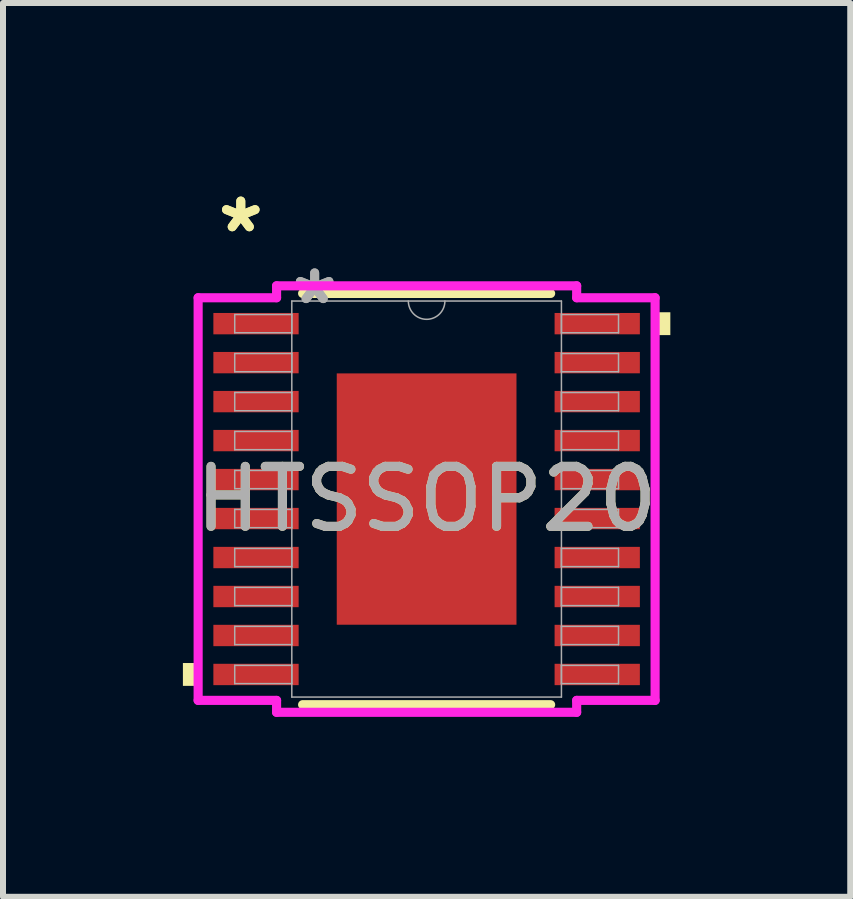
<source format=kicad_pcb>
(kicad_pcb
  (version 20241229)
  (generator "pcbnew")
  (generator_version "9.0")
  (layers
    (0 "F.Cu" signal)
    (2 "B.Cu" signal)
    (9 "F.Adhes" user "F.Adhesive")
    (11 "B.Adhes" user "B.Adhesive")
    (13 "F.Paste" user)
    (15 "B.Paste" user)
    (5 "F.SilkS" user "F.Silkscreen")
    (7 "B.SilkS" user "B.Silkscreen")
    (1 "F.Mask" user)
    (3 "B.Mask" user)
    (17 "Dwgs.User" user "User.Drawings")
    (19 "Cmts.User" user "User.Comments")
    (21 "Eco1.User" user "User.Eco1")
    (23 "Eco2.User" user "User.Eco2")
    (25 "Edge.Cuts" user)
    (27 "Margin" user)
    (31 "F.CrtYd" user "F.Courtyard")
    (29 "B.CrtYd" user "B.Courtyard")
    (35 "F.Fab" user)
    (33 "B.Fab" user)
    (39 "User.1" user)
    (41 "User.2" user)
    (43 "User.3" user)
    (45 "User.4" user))
  (footprint "HTSSOP20"
    (layer "F.Cu")
    (at 4.064 5.272)
    (property "Reference" "HTSSOP20" (at 0 0 0) (unlocked yes) (layer "F.SilkS") (effects (font (size 1 1) (thickness 0.15))))
    (attr smd)
    (fp_line (start -2.068 3.429) (end 2.068 3.429) (stroke (width 0.152) (type solid)) (layer "F.SilkS"))
    (fp_line (start 2.068 -3.429) (end -2.068 -3.429) (stroke (width 0.152) (type solid)) (layer "F.SilkS"))
    (fp_poly (pts (xy -4.064 2.734) (xy -4.064 3.115) (xy -3.81 3.115) (xy -3.81 2.734)) (stroke (width 0) (type solid)) (fill yes) (layer "F.SilkS"))
    (fp_poly (pts (xy 4.064 -3.115) (xy 4.064 -2.734) (xy 3.81 -2.734) (xy 3.81 -3.115)) (stroke (width 0) (type solid)) (fill yes) (layer "F.SilkS"))
    (fp_poly (pts (xy -1.399 -1.996) (xy -1.399 -0.798) (xy -0.1 -0.798) (xy -0.1 -1.996)) (stroke (width 0) (type solid)) (fill yes) (layer "F.Paste"))
    (fp_poly (pts (xy -1.399 -0.599) (xy -1.399 0.599) (xy -0.1 0.599) (xy -0.1 -0.599)) (stroke (width 0) (type solid)) (fill yes) (layer "F.Paste"))
    (fp_poly (pts (xy -1.399 0.798) (xy -1.399 1.996) (xy -0.1 1.996) (xy -0.1 0.798)) (stroke (width 0) (type solid)) (fill yes) (layer "F.Paste"))
    (fp_poly (pts (xy 0.1 -1.996) (xy 0.1 -0.798) (xy 1.399 -0.798) (xy 1.399 -1.996)) (stroke (width 0) (type solid)) (fill yes) (layer "F.Paste"))
    (fp_poly (pts (xy 0.1 -0.599) (xy 0.1 0.599) (xy 1.399 0.599) (xy 1.399 -0.599)) (stroke (width 0) (type solid)) (fill yes) (layer "F.Paste"))
    (fp_poly (pts (xy 0.1 0.798) (xy 0.1 1.996) (xy 1.399 1.996) (xy 1.399 0.798)) (stroke (width 0) (type solid)) (fill yes) (layer "F.Paste"))
    (fp_line (start -3.81 -3.357) (end -2.502 -3.357) (stroke (width 0.152) (type solid)) (layer "F.CrtYd"))
    (fp_line (start -3.81 3.357) (end -3.81 -3.357) (stroke (width 0.152) (type solid)) (layer "F.CrtYd"))
    (fp_line (start -3.81 3.357) (end -2.502 3.357) (stroke (width 0.152) (type solid)) (layer "F.CrtYd"))
    (fp_line (start -2.502 -3.556) (end 2.502 -3.556) (stroke (width 0.152) (type solid)) (layer "F.CrtYd"))
    (fp_line (start -2.502 -3.357) (end -2.502 -3.556) (stroke (width 0.152) (type solid)) (layer "F.CrtYd"))
    (fp_line (start -2.502 3.556) (end -2.502 3.357) (stroke (width 0.152) (type solid)) (layer "F.CrtYd"))
    (fp_line (start 2.502 -3.556) (end 2.502 -3.357) (stroke (width 0.152) (type solid)) (layer "F.CrtYd"))
    (fp_line (start 2.502 3.357) (end 2.502 3.556) (stroke (width 0.152) (type solid)) (layer "F.CrtYd"))
    (fp_line (start 2.502 3.556) (end -2.502 3.556) (stroke (width 0.152) (type solid)) (layer "F.CrtYd"))
    (fp_line (start 3.81 -3.357) (end 2.502 -3.357) (stroke (width 0.152) (type solid)) (layer "F.CrtYd"))
    (fp_line (start 3.81 -3.357) (end 3.81 3.357) (stroke (width 0.152) (type solid)) (layer "F.CrtYd"))
    (fp_line (start 3.81 3.357) (end 2.502 3.357) (stroke (width 0.152) (type solid)) (layer "F.CrtYd"))
    (fp_line (start -3.2 -3.077) (end -3.2 -2.773) (stroke (width 0.025) (type solid)) (layer "F.Fab"))
    (fp_line (start -3.2 -2.773) (end -2.248 -2.773) (stroke (width 0.025) (type solid)) (layer "F.Fab"))
    (fp_line (start -3.2 -2.427) (end -3.2 -2.123) (stroke (width 0.025) (type solid)) (layer "F.Fab"))
    (fp_line (start -3.2 -2.123) (end -2.248 -2.123) (stroke (width 0.025) (type solid)) (layer "F.Fab"))
    (fp_line (start -3.2 -1.777) (end -3.2 -1.473) (stroke (width 0.025) (type solid)) (layer "F.Fab"))
    (fp_line (start -3.2 -1.473) (end -2.248 -1.473) (stroke (width 0.025) (type solid)) (layer "F.Fab"))
    (fp_line (start -3.2 -1.127) (end -3.2 -0.823) (stroke (width 0.025) (type solid)) (layer "F.Fab"))
    (fp_line (start -3.2 -0.823) (end -2.248 -0.823) (stroke (width 0.025) (type solid)) (layer "F.Fab"))
    (fp_line (start -3.2 -0.477) (end -3.2 -0.173) (stroke (width 0.025) (type solid)) (layer "F.Fab"))
    (fp_line (start -3.2 -0.173) (end -2.248 -0.173) (stroke (width 0.025) (type solid)) (layer "F.Fab"))
    (fp_line (start -3.2 0.173) (end -3.2 0.477) (stroke (width 0.025) (type solid)) (layer "F.Fab"))
    (fp_line (start -3.2 0.477) (end -2.248 0.477) (stroke (width 0.025) (type solid)) (layer "F.Fab"))
    (fp_line (start -3.2 0.823) (end -3.2 1.127) (stroke (width 0.025) (type solid)) (layer "F.Fab"))
    (fp_line (start -3.2 1.127) (end -2.248 1.127) (stroke (width 0.025) (type solid)) (layer "F.Fab"))
    (fp_line (start -3.2 1.473) (end -3.2 1.777) (stroke (width 0.025) (type solid)) (layer "F.Fab"))
    (fp_line (start -3.2 1.777) (end -2.248 1.777) (stroke (width 0.025) (type solid)) (layer "F.Fab"))
    (fp_line (start -3.2 2.123) (end -3.2 2.427) (stroke (width 0.025) (type solid)) (layer "F.Fab"))
    (fp_line (start -3.2 2.427) (end -2.248 2.427) (stroke (width 0.025) (type solid)) (layer "F.Fab"))
    (fp_line (start -3.2 2.773) (end -3.2 3.077) (stroke (width 0.025) (type solid)) (layer "F.Fab"))
    (fp_line (start -3.2 3.077) (end -2.248 3.077) (stroke (width 0.025) (type solid)) (layer "F.Fab"))
    (fp_line (start -2.248 -3.302) (end -2.248 3.302) (stroke (width 0.025) (type solid)) (layer "F.Fab"))
    (fp_line (start -2.248 -3.077) (end -3.2 -3.077) (stroke (width 0.025) (type solid)) (layer "F.Fab"))
    (fp_line (start -2.248 -2.773) (end -2.248 -3.077) (stroke (width 0.025) (type solid)) (layer "F.Fab"))
    (fp_line (start -2.248 -2.427) (end -3.2 -2.427) (stroke (width 0.025) (type solid)) (layer "F.Fab"))
    (fp_line (start -2.248 -2.123) (end -2.248 -2.427) (stroke (width 0.025) (type solid)) (layer "F.Fab"))
    (fp_line (start -2.248 -1.777) (end -3.2 -1.777) (stroke (width 0.025) (type solid)) (layer "F.Fab"))
    (fp_line (start -2.248 -1.473) (end -2.248 -1.777) (stroke (width 0.025) (type solid)) (layer "F.Fab"))
    (fp_line (start -2.248 -1.127) (end -3.2 -1.127) (stroke (width 0.025) (type solid)) (layer "F.Fab"))
    (fp_line (start -2.248 -0.823) (end -2.248 -1.127) (stroke (width 0.025) (type solid)) (layer "F.Fab"))
    (fp_line (start -2.248 -0.477) (end -3.2 -0.477) (stroke (width 0.025) (type solid)) (layer "F.Fab"))
    (fp_line (start -2.248 -0.173) (end -2.248 -0.477) (stroke (width 0.025) (type solid)) (layer "F.Fab"))
    (fp_line (start -2.248 0.173) (end -3.2 0.173) (stroke (width 0.025) (type solid)) (layer "F.Fab"))
    (fp_line (start -2.248 0.477) (end -2.248 0.173) (stroke (width 0.025) (type solid)) (layer "F.Fab"))
    (fp_line (start -2.248 0.823) (end -3.2 0.823) (stroke (width 0.025) (type solid)) (layer "F.Fab"))
    (fp_line (start -2.248 1.127) (end -2.248 0.823) (stroke (width 0.025) (type solid)) (layer "F.Fab"))
    (fp_line (start -2.248 1.473) (end -3.2 1.473) (stroke (width 0.025) (type solid)) (layer "F.Fab"))
    (fp_line (start -2.248 1.777) (end -2.248 1.473) (stroke (width 0.025) (type solid)) (layer "F.Fab"))
    (fp_line (start -2.248 2.123) (end -3.2 2.123) (stroke (width 0.025) (type solid)) (layer "F.Fab"))
    (fp_line (start -2.248 2.427) (end -2.248 2.123) (stroke (width 0.025) (type solid)) (layer "F.Fab"))
    (fp_line (start -2.248 2.773) (end -3.2 2.773) (stroke (width 0.025) (type solid)) (layer "F.Fab"))
    (fp_line (start -2.248 3.077) (end -2.248 2.773) (stroke (width 0.025) (type solid)) (layer "F.Fab"))
    (fp_line (start -2.248 3.302) (end 2.248 3.302) (stroke (width 0.025) (type solid)) (layer "F.Fab"))
    (fp_line (start 2.248 -3.302) (end -2.248 -3.302) (stroke (width 0.025) (type solid)) (layer "F.Fab"))
    (fp_line (start 2.248 -3.077) (end 2.248 -2.773) (stroke (width 0.025) (type solid)) (layer "F.Fab"))
    (fp_line (start 2.248 -2.773) (end 3.2 -2.773) (stroke (width 0.025) (type solid)) (layer "F.Fab"))
    (fp_line (start 2.248 -2.427) (end 2.248 -2.123) (stroke (width 0.025) (type solid)) (layer "F.Fab"))
    (fp_line (start 2.248 -2.123) (end 3.2 -2.123) (stroke (width 0.025) (type solid)) (layer "F.Fab"))
    (fp_line (start 2.248 -1.777) (end 2.248 -1.473) (stroke (width 0.025) (type solid)) (layer "F.Fab"))
    (fp_line (start 2.248 -1.473) (end 3.2 -1.473) (stroke (width 0.025) (type solid)) (layer "F.Fab"))
    (fp_line (start 2.248 -1.127) (end 2.248 -0.823) (stroke (width 0.025) (type solid)) (layer "F.Fab"))
    (fp_line (start 2.248 -0.823) (end 3.2 -0.823) (stroke (width 0.025) (type solid)) (layer "F.Fab"))
    (fp_line (start 2.248 -0.477) (end 2.248 -0.173) (stroke (width 0.025) (type solid)) (layer "F.Fab"))
    (fp_line (start 2.248 -0.173) (end 3.2 -0.173) (stroke (width 0.025) (type solid)) (layer "F.Fab"))
    (fp_line (start 2.248 0.173) (end 2.248 0.477) (stroke (width 0.025) (type solid)) (layer "F.Fab"))
    (fp_line (start 2.248 0.477) (end 3.2 0.477) (stroke (width 0.025) (type solid)) (layer "F.Fab"))
    (fp_line (start 2.248 0.823) (end 2.248 1.127) (stroke (width 0.025) (type solid)) (layer "F.Fab"))
    (fp_line (start 2.248 1.127) (end 3.2 1.127) (stroke (width 0.025) (type solid)) (layer "F.Fab"))
    (fp_line (start 2.248 1.473) (end 2.248 1.777) (stroke (width 0.025) (type solid)) (layer "F.Fab"))
    (fp_line (start 2.248 1.777) (end 3.2 1.777) (stroke (width 0.025) (type solid)) (layer "F.Fab"))
    (fp_line (start 2.248 2.123) (end 2.248 2.427) (stroke (width 0.025) (type solid)) (layer "F.Fab"))
    (fp_line (start 2.248 2.427) (end 3.2 2.427) (stroke (width 0.025) (type solid)) (layer "F.Fab"))
    (fp_line (start 2.248 2.773) (end 2.248 3.077) (stroke (width 0.025) (type solid)) (layer "F.Fab"))
    (fp_line (start 2.248 3.077) (end 3.2 3.077) (stroke (width 0.025) (type solid)) (layer "F.Fab"))
    (fp_line (start 2.248 3.302) (end 2.248 -3.302) (stroke (width 0.025) (type solid)) (layer "F.Fab"))
    (fp_line (start 3.2 -3.077) (end 2.248 -3.077) (stroke (width 0.025) (type solid)) (layer "F.Fab"))
    (fp_line (start 3.2 -2.773) (end 3.2 -3.077) (stroke (width 0.025) (type solid)) (layer "F.Fab"))
    (fp_line (start 3.2 -2.427) (end 2.248 -2.427) (stroke (width 0.025) (type solid)) (layer "F.Fab"))
    (fp_line (start 3.2 -2.123) (end 3.2 -2.427) (stroke (width 0.025) (type solid)) (layer "F.Fab"))
    (fp_line (start 3.2 -1.777) (end 2.248 -1.777) (stroke (width 0.025) (type solid)) (layer "F.Fab"))
    (fp_line (start 3.2 -1.473) (end 3.2 -1.777) (stroke (width 0.025) (type solid)) (layer "F.Fab"))
    (fp_line (start 3.2 -1.127) (end 2.248 -1.127) (stroke (width 0.025) (type solid)) (layer "F.Fab"))
    (fp_line (start 3.2 -0.823) (end 3.2 -1.127) (stroke (width 0.025) (type solid)) (layer "F.Fab"))
    (fp_line (start 3.2 -0.477) (end 2.248 -0.477) (stroke (width 0.025) (type solid)) (layer "F.Fab"))
    (fp_line (start 3.2 -0.173) (end 3.2 -0.477) (stroke (width 0.025) (type solid)) (layer "F.Fab"))
    (fp_line (start 3.2 0.173) (end 2.248 0.173) (stroke (width 0.025) (type solid)) (layer "F.Fab"))
    (fp_line (start 3.2 0.477) (end 3.2 0.173) (stroke (width 0.025) (type solid)) (layer "F.Fab"))
    (fp_line (start 3.2 0.823) (end 2.248 0.823) (stroke (width 0.025) (type solid)) (layer "F.Fab"))
    (fp_line (start 3.2 1.127) (end 3.2 0.823) (stroke (width 0.025) (type solid)) (layer "F.Fab"))
    (fp_line (start 3.2 1.473) (end 2.248 1.473) (stroke (width 0.025) (type solid)) (layer "F.Fab"))
    (fp_line (start 3.2 1.777) (end 3.2 1.473) (stroke (width 0.025) (type solid)) (layer "F.Fab"))
    (fp_line (start 3.2 2.123) (end 2.248 2.123) (stroke (width 0.025) (type solid)) (layer "F.Fab"))
    (fp_line (start 3.2 2.427) (end 3.2 2.123) (stroke (width 0.025) (type solid)) (layer "F.Fab"))
    (fp_line (start 3.2 2.773) (end 2.248 2.773) (stroke (width 0.025) (type solid)) (layer "F.Fab"))
    (fp_line (start 3.2 3.077) (end 3.2 2.773) (stroke (width 0.025) (type solid)) (layer "F.Fab"))
    (fp_arc (start 0.3048 -3.302) (mid 0 -2.9972) (end -0.3048 -3.302) (stroke (width 0.0254) (type solid)) (layer "F.Fab"))
    (fp_text user "*" (at -3.099 -4.424 0) (layer "F.SilkS") (effects (font (size 1 1) (thickness 0.15))))
    (fp_text user "*" (at -3.099 -4.424 0) (unlocked yes) (layer "F.SilkS") (effects (font (size 1 1) (thickness 0.15))))
    (fp_text user "*" (at -1.867 -3.226 0) (layer "F.Fab") (effects (font (size 1 1) (thickness 0.15))))
    (fp_text user "*" (at -1.867 -3.226 0) (unlocked yes) (layer "F.Fab") (effects (font (size 1 1) (thickness 0.15))))
    (fp_text user "${REFERENCE}" (at 0 0 0) (unlocked yes) (layer "F.Fab") (effects (font (size 1 1) (thickness 0.15))))
    (pad "1" smd rect (at -2.845 -2.925) (size 1.422 0.356) (layers "F.Cu" "F.Mask" "F.Paste"))
    (pad "2" smd rect (at -2.845 -2.275) (size 1.422 0.356) (layers "F.Cu" "F.Mask" "F.Paste"))
    (pad "3" smd rect (at -2.845 -1.625) (size 1.422 0.356) (layers "F.Cu" "F.Mask" "F.Paste"))
    (pad "4" smd rect (at -2.845 -0.975) (size 1.422 0.356) (layers "F.Cu" "F.Mask" "F.Paste"))
    (pad "5" smd rect (at -2.845 -0.325) (size 1.422 0.356) (layers "F.Cu" "F.Mask" "F.Paste"))
    (pad "6" smd rect (at -2.845 0.325) (size 1.422 0.356) (layers "F.Cu" "F.Mask" "F.Paste"))
    (pad "7" smd rect (at -2.845 0.975) (size 1.422 0.356) (layers "F.Cu" "F.Mask" "F.Paste"))
    (pad "8" smd rect (at -2.845 1.625) (size 1.422 0.356) (layers "F.Cu" "F.Mask" "F.Paste"))
    (pad "9" smd rect (at -2.845 2.275) (size 1.422 0.356) (layers "F.Cu" "F.Mask" "F.Paste"))
    (pad "10" smd rect (at -2.845 2.925) (size 1.422 0.356) (layers "F.Cu" "F.Mask" "F.Paste"))
    (pad "11" smd rect (at 2.845 2.925) (size 1.422 0.356) (layers "F.Cu" "F.Mask" "F.Paste"))
    (pad "12" smd rect (at 2.845 2.275) (size 1.422 0.356) (layers "F.Cu" "F.Mask" "F.Paste"))
    (pad "13" smd rect (at 2.845 1.625) (size 1.422 0.356) (layers "F.Cu" "F.Mask" "F.Paste"))
    (pad "14" smd rect (at 2.845 0.975) (size 1.422 0.356) (layers "F.Cu" "F.Mask" "F.Paste"))
    (pad "15" smd rect (at 2.845 0.325) (size 1.422 0.356) (layers "F.Cu" "F.Mask" "F.Paste"))
    (pad "16" smd rect (at 2.845 -0.325) (size 1.422 0.356) (layers "F.Cu" "F.Mask" "F.Paste"))
    (pad "17" smd rect (at 2.845 -0.975) (size 1.422 0.356) (layers "F.Cu" "F.Mask" "F.Paste"))
    (pad "18" smd rect (at 2.845 -1.625) (size 1.422 0.356) (layers "F.Cu" "F.Mask" "F.Paste"))
    (pad "19" smd rect (at 2.845 -2.275) (size 1.422 0.356) (layers "F.Cu" "F.Mask" "F.Paste"))
    (pad "20" smd rect (at 2.845 -2.925) (size 1.422 0.356) (layers "F.Cu" "F.Mask" "F.Paste"))
    (pad "21" smd rect (at 0 0) (size 2.997 4.191) (layers "F.Cu" "F.Mask")))
  (gr_rect
    (start -3 -3)
    (end 11.128 11.904)
    (stroke (width 0.1) (type default))
    (fill no)
    (layer "Edge.Cuts")))
</source>
